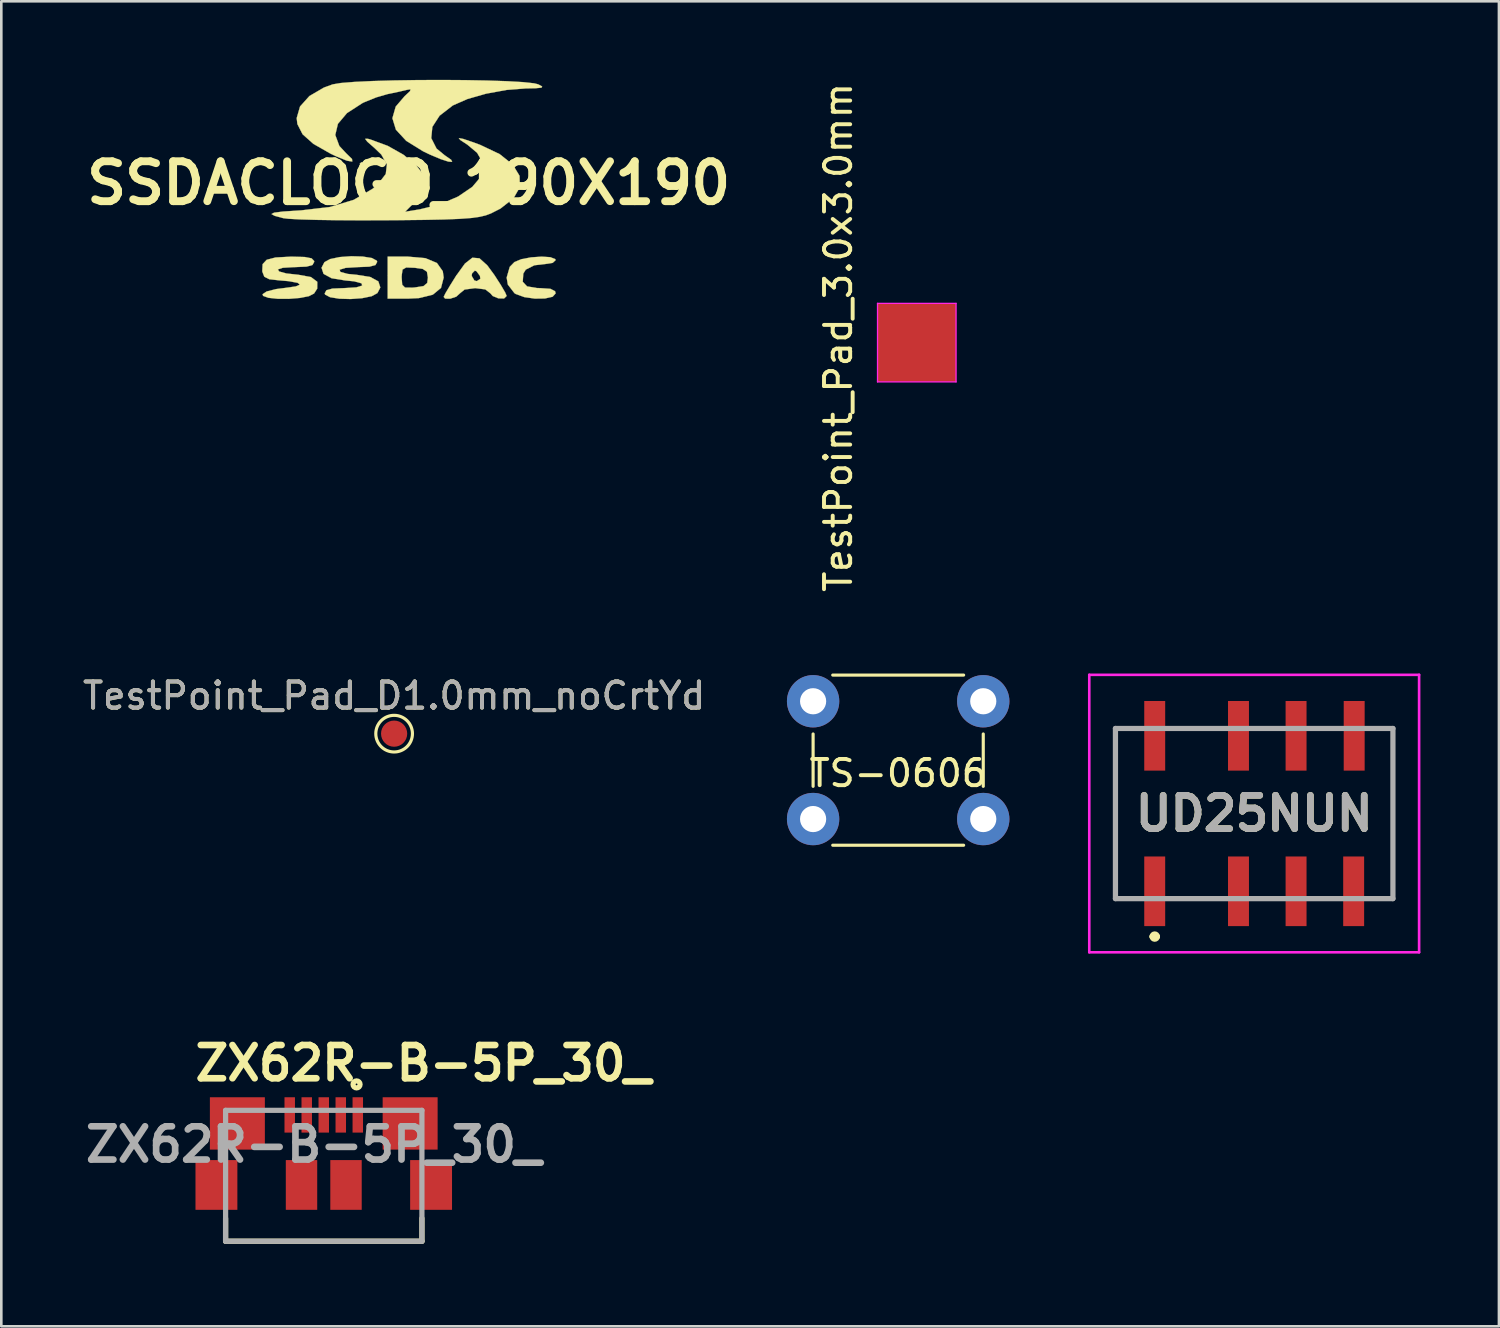
<source format=kicad_pcb>
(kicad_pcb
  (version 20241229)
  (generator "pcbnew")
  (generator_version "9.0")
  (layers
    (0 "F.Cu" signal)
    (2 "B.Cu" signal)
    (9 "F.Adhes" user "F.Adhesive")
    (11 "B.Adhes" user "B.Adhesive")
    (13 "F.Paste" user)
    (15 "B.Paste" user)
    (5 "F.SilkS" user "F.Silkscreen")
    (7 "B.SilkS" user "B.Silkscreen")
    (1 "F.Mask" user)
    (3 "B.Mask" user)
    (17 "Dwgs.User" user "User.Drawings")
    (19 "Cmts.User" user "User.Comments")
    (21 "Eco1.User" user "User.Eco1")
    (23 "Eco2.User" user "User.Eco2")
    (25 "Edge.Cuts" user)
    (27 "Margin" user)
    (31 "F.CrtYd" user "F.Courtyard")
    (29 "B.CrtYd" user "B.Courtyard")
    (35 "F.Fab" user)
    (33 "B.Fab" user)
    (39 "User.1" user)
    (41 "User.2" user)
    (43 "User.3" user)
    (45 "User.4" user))
  (footprint "TestPoint_Pad_3.0x3.0mm"
    (layer "F.Cu")
    (at 31.973 10.039)
    (property "Reference" "TestPoint_Pad_3.0x3.0mm" (at -3 -0.2 270) (layer "F.SilkS") (effects (font (size 1 1) (thickness 0.15))))
    (attr exclude_from_pos_files)
    (fp_line (start -1.5 -1.5) (end -1.5 1.5) (stroke (width 0.05) (type solid)) (layer "F.CrtYd"))
    (fp_line (start -1.5 -1.5) (end 1.5 -1.5) (stroke (width 0.05) (type solid)) (layer "F.CrtYd"))
    (fp_line (start 1.5 1.5) (end -1.5 1.5) (stroke (width 0.05) (type solid)) (layer "F.CrtYd"))
    (fp_line (start 1.5 1.5) (end 1.5 -1.5) (stroke (width 0.05) (type solid)) (layer "F.CrtYd"))
    (pad "1" smd rect (at 0 0) (size 3 3) (layers "F.Cu" "F.Mask")))
  (footprint "UD25NUN"
    (layer "F.Cu")
    (at 44.862 28.029)
    (property "Reference" "UD25NUN" (at 0 0 0) (layer "F.SilkS") (effects (font (size 1.27 1.27) (thickness 0.254))))
    (attr smd)
    (fp_line (start -5.3 -3.25) (end -5.3 3.25) (stroke (width 0.1) (type solid)) (layer "F.SilkS"))
    (fp_line (start -5.3 3.25) (end -4.8 3.25) (stroke (width 0.1) (type solid)) (layer "F.SilkS"))
    (fp_line (start -4.8 -3.25) (end -5.3 -3.25) (stroke (width 0.1) (type solid)) (layer "F.SilkS"))
    (fp_line (start -3.9 4.7) (end -3.9 4.7) (stroke (width 0.2) (type solid)) (layer "F.SilkS"))
    (fp_line (start -3.7 4.7) (end -3.7 4.7) (stroke (width 0.2) (type solid)) (layer "F.SilkS"))
    (fp_line (start 4.7 3.25) (end 5.3 3.25) (stroke (width 0.1) (type solid)) (layer "F.SilkS"))
    (fp_line (start 5.3 -3.25) (end 4.7 -3.25) (stroke (width 0.1) (type solid)) (layer "F.SilkS"))
    (fp_line (start 5.3 3.25) (end 5.3 -3.25) (stroke (width 0.1) (type solid)) (layer "F.SilkS"))
    (fp_arc (start -3.9 4.7) (mid -3.8 4.6) (end -3.7 4.7) (stroke (width 0.2) (type solid)) (layer "F.SilkS"))
    (fp_arc (start -3.7 4.7) (mid -3.8 4.8) (end -3.9 4.7) (stroke (width 0.2) (type solid)) (layer "F.SilkS"))
    (fp_line (start -6.3 -5.3) (end 6.3 -5.3) (stroke (width 0.1) (type solid)) (layer "F.CrtYd"))
    (fp_line (start -6.3 5.3) (end -6.3 -5.3) (stroke (width 0.1) (type solid)) (layer "F.CrtYd"))
    (fp_line (start 6.3 -5.3) (end 6.3 5.3) (stroke (width 0.1) (type solid)) (layer "F.CrtYd"))
    (fp_line (start 6.3 5.3) (end -6.3 5.3) (stroke (width 0.1) (type solid)) (layer "F.CrtYd"))
    (fp_line (start -5.3 -3.25) (end 5.3 -3.25) (stroke (width 0.2) (type solid)) (layer "F.Fab"))
    (fp_line (start -5.3 3.25) (end -5.3 -3.25) (stroke (width 0.2) (type solid)) (layer "F.Fab"))
    (fp_line (start 5.3 -3.25) (end 5.3 3.25) (stroke (width 0.2) (type solid)) (layer "F.Fab"))
    (fp_line (start 5.3 3.25) (end -5.3 3.25) (stroke (width 0.2) (type solid)) (layer "F.Fab"))
    (fp_text user "${REFERENCE}" (at 0 0 0) (layer "F.Fab") (effects (font (size 1.27 1.27) (thickness 0.254))))
    (pad "1" smd rect (at -3.8 2.97) (size 0.8 2.66) (layers "F.Cu" "F.Mask" "F.Paste"))
    (pad "2" smd rect (at -0.6 2.97) (size 0.8 2.66) (layers "F.Cu" "F.Mask" "F.Paste"))
    (pad "3" smd rect (at 1.6 2.97) (size 0.8 2.66) (layers "F.Cu" "F.Mask" "F.Paste"))
    (pad "4" smd rect (at 3.8 2.97) (size 0.8 2.66) (layers "F.Cu" "F.Mask" "F.Paste"))
    (pad "5" smd rect (at 3.82 -2.97) (size 0.8 2.66) (layers "F.Cu" "F.Mask" "F.Paste"))
    (pad "6" smd rect (at 1.6 -2.97) (size 0.8 2.66) (layers "F.Cu" "F.Mask" "F.Paste"))
    (pad "7" smd rect (at -0.6 -2.97) (size 0.8 2.66) (layers "F.Cu" "F.Mask" "F.Paste"))
    (pad "8" smd rect (at -3.8 -2.97) (size 0.8 2.66) (layers "F.Cu" "F.Mask" "F.Paste")))
  (footprint "ZX62R-B-5P_30_"
    (layer "F.Cu")
    (at 9.318 44.367)
    (property "Reference" "ZX62R-B-5P_30_" (at 3.8 -6.8 0) (layer "F.SilkS") (effects (font (size 1.27 1.27) (thickness 0.254))))
    (attr smd)
    (fp_line (start -3.75 0) (end -3.75 -0.875) (stroke (width 0.2) (type solid)) (layer "F.SilkS"))
    (fp_line (start -3.75 0) (end 3.75 0) (stroke (width 0.2) (type solid)) (layer "F.SilkS"))
    (fp_line (start 3.75 0) (end 3.75 -0.875) (stroke (width 0.2) (type solid)) (layer "F.SilkS"))
    (fp_circle (center 1.253 -5.991) (end 1.253 -5.957) (stroke (width 0.2) (type solid)) (fill no) (layer "F.SilkS"))
    (fp_line (start -3.75 -5) (end 3.75 -5) (stroke (width 0.2) (type solid)) (layer "F.Fab"))
    (fp_line (start -3.75 0) (end -3.75 -5) (stroke (width 0.2) (type solid)) (layer "F.Fab"))
    (fp_line (start 3.75 -5) (end 3.75 0) (stroke (width 0.2) (type solid)) (layer "F.Fab"))
    (fp_line (start 3.75 0) (end -3.75 0) (stroke (width 0.2) (type solid)) (layer "F.Fab"))
    (fp_text user "${REFERENCE}" (at -0.386 -3.695 0) (layer "F.Fab") (effects (font (size 1.27 1.27) (thickness 0.254))))
    (pad "1" smd rect (at 1.3 -4.825) (size 0.4 1.35) (layers "F.Cu" "F.Mask" "F.Paste"))
    (pad "2" smd rect (at 0.65 -4.825) (size 0.4 1.35) (layers "F.Cu" "F.Mask" "F.Paste"))
    (pad "3" smd rect (at 0 -4.825) (size 0.4 1.35) (layers "F.Cu" "F.Mask" "F.Paste"))
    (pad "4" smd rect (at -0.65 -4.825) (size 0.4 1.35) (layers "F.Cu" "F.Mask" "F.Paste"))
    (pad "5" smd rect (at -1.3 -4.825) (size 0.4 1.35) (layers "F.Cu" "F.Mask" "F.Paste"))
    (pad "6" smd rect (at -3.3 -4.5 90) (size 2 2.1) (layers "F.Cu" "F.Mask" "F.Paste"))
    (pad "7" smd rect (at 3.3 -4.5 90) (size 2 2.1) (layers "F.Cu" "F.Mask" "F.Paste"))
    (pad "8" smd rect (at -4.1 -2.15) (size 1.6 1.9) (layers "F.Cu" "F.Mask" "F.Paste"))
    (pad "9" smd rect (at 4.1 -2.15) (size 1.6 1.9) (layers "F.Cu" "F.Mask" "F.Paste"))
    (pad "10" smd rect (at -0.85 -2.15) (size 1.2 1.9) (layers "F.Cu" "F.Mask" "F.Paste"))
    (pad "11" smd rect (at 0.85 -2.15) (size 1.2 1.9) (layers "F.Cu" "F.Mask" "F.Paste")))
  (footprint "TS-0606"
    (layer "F.Cu")
    (at 31.262 25.989)
    (property "Reference" "TS-0606" (at 0 0.5 0) (layer "F.SilkS") (effects (font (size 1 1) (thickness 0.15))))
    (attr through_hole)
    (fp_line (start -3.25 -1) (end -3.25 1) (stroke (width 0.12) (type solid)) (layer "F.SilkS"))
    (fp_line (start -2.5 3.25) (end 2.5 3.25) (stroke (width 0.12) (type solid)) (layer "F.SilkS"))
    (fp_line (start 2.5 -3.25) (end -2.5 -3.25) (stroke (width 0.12) (type solid)) (layer "F.SilkS"))
    (fp_line (start 3.25 1) (end 3.25 -1) (stroke (width 0.12) (type solid)) (layer "F.SilkS"))
    (pad "1" thru_hole circle (at -3.25 -2.25) (size 2 2) (drill 1) (layers "*.Cu" "*.Mask"))
    (pad "2" thru_hole circle (at -3.25 2.25) (size 2 2) (drill 1) (layers "*.Cu" "*.Mask"))
    (pad "3" thru_hole circle (at 3.25 2.25) (size 2 2) (drill 1) (layers "*.Cu" "*.Mask"))
    (pad "4" thru_hole circle (at 3.25 -2.25) (size 2 2) (drill 1) (layers "*.Cu" "*.Mask")))
  (footprint "TestPoint_Pad_D1.0mm_noCrtYd"
    (layer "F.Cu")
    (at 12.006 24.977)
    (property "Reference" "TestPoint_Pad_D1.0mm_noCrtYd" (at 0 -1.448 0) (layer "F.SilkS") (effects (font (size 1 1) (thickness 0.15))))
    (attr exclude_from_pos_files exclude_from_bom)
    (fp_circle (center 0 0) (end 0 0.7) (stroke (width 0.12) (type solid)) (fill no) (layer "F.SilkS"))
    (fp_text user "${REFERENCE}" (at 0 -1.45 0) (layer "F.Fab") (effects (font (size 1 1) (thickness 0.15))))
    (pad "1" smd circle (at 0 0) (size 1 1) (layers "F.Cu" "F.Mask")))
  (footprint "SSDACLOGO_190X190"
    (layer "F.Cu")
    (at 12.562 3.946)
    (property "Reference" "SSDACLOGO_190X190" (at 0 0 0) (layer "F.SilkS") (effects (font (size 1.524 1.524) (thickness 0.3))))
    (attr through_hole)
    (fp_poly (pts (xy -1.738 -0.735) (xy -1.805 -0.668) (xy -1.872 -0.735) (xy -1.805 -0.802) (xy -1.738 -0.735)) (stroke (width 0.01) (type solid)) (fill yes) (layer "F.SilkS"))
    (fp_poly (pts (xy 0.64 2.867) (xy 1.08 3.051) (xy 1.303 3.365) (xy 1.337 3.609) (xy 1.235 4.002) (xy 0.922 4.261) (xy 0.387 4.392) (xy -0.03 4.412) (xy -0.802 4.412) (xy -0.802 3.609) (xy -0.267 3.609) (xy -0.248 3.881) (xy -0.139 3.989) (xy 0.139 3.993) (xy 0.234 3.985) (xy 0.567 3.933) (xy 0.708 3.814) (xy 0.735 3.609) (xy 0.698 3.385) (xy 0.537 3.277) (xy 0.234 3.234) (xy -0.094 3.222) (xy -0.234 3.302) (xy -0.267 3.531) (xy -0.267 3.609) (xy -0.802 3.609) (xy -0.802 2.807) (xy -0.03 2.807) (xy 0.64 2.867)) (stroke (width 0.01) (type solid)) (fill yes) (layer "F.SilkS"))
    (fp_poly (pts (xy 5.411 2.829) (xy 5.599 2.902) (xy 5.615 2.941) (xy 5.501 3.046) (xy 5.314 3.077) (xy 4.802 3.138) (xy 4.473 3.303) (xy 4.379 3.455) (xy 4.358 3.769) (xy 4.522 3.944) (xy 4.902 4.008) (xy 5.024 4.011) (xy 5.417 4.038) (xy 5.593 4.13) (xy 5.615 4.211) (xy 5.499 4.34) (xy 5.205 4.406) (xy 4.818 4.411) (xy 4.419 4.354) (xy 4.092 4.236) (xy 4.04 4.203) (xy 3.788 3.874) (xy 3.743 3.609) (xy 3.861 3.199) (xy 4.04 3.015) (xy 4.306 2.905) (xy 4.68 2.835) (xy 5.077 2.808) (xy 5.411 2.829)) (stroke (width 0.01) (type solid)) (fill yes) (layer "F.SilkS"))
    (fp_poly (pts (xy 2.705 2.872) (xy 3.003 3.141) (xy 3.272 3.507) (xy 3.517 3.887) (xy 3.688 4.18) (xy 3.743 4.31) (xy 3.644 4.406) (xy 3.426 4.401) (xy 3.21 4.312) (xy 3.123 4.211) (xy 2.926 4.059) (xy 2.54 4.011) (xy 2.135 4.065) (xy 1.957 4.211) (xy 1.818 4.337) (xy 1.59 4.413) (xy 1.393 4.412) (xy 1.337 4.347) (xy 1.403 4.21) (xy 1.578 3.915) (xy 1.809 3.545) (xy 1.811 3.543) (xy 2.406 3.543) (xy 2.511 3.72) (xy 2.603 3.743) (xy 2.738 3.655) (xy 2.722 3.543) (xy 2.591 3.366) (xy 2.526 3.342) (xy 2.42 3.451) (xy 2.406 3.543) (xy 1.811 3.543) (xy 2.149 3.073) (xy 2.434 2.849) (xy 2.705 2.872)) (stroke (width 0.01) (type solid)) (fill yes) (layer "F.SilkS"))
    (fp_poly (pts (xy -1.761 2.804) (xy -1.41 2.86) (xy -1.218 2.962) (xy -1.203 3.008) (xy -1.269 3.129) (xy -1.501 3.191) (xy -1.938 3.208) (xy -2.411 3.237) (xy -2.637 3.306) (xy -2.61 3.392) (xy -2.328 3.468) (xy -1.986 3.502) (xy -1.466 3.586) (xy -1.159 3.753) (xy -1.083 3.986) (xy -1.194 4.2) (xy -1.411 4.319) (xy -1.778 4.395) (xy -2.217 4.427) (xy -2.65 4.415) (xy -3.002 4.358) (xy -3.193 4.257) (xy -3.208 4.211) (xy -3.142 4.09) (xy -2.911 4.028) (xy -2.473 4.011) (xy -2 3.982) (xy -1.775 3.912) (xy -1.802 3.827) (xy -2.084 3.751) (xy -2.426 3.717) (xy -2.945 3.633) (xy -3.252 3.466) (xy -3.329 3.233) (xy -3.218 3.019) (xy -3 2.9) (xy -2.634 2.824) (xy -2.195 2.792) (xy -1.761 2.804)) (stroke (width 0.01) (type solid)) (fill yes) (layer "F.SilkS"))
    (fp_poly (pts (xy -3.969 2.822) (xy -3.708 2.873) (xy -3.613 2.972) (xy -3.609 3.008) (xy -3.674 3.127) (xy -3.9 3.189) (xy -4.338 3.208) (xy -4.371 3.208) (xy -4.81 3.234) (xy -4.999 3.296) (xy -4.949 3.375) (xy -4.67 3.451) (xy -4.212 3.501) (xy -3.734 3.588) (xy -3.492 3.768) (xy -3.494 4.029) (xy -3.615 4.217) (xy -3.811 4.318) (xy -4.157 4.386) (xy -4.579 4.42) (xy -5.003 4.418) (xy -5.354 4.381) (xy -5.56 4.307) (xy -5.582 4.244) (xy -5.424 4.138) (xy -5.067 4.048) (xy -4.735 4.005) (xy -4.315 3.946) (xy -4.154 3.877) (xy -4.246 3.807) (xy -4.583 3.745) (xy -4.946 3.714) (xy -5.326 3.671) (xy -5.515 3.575) (xy -5.589 3.386) (xy -5.593 3.357) (xy -5.58 3.095) (xy -5.424 2.928) (xy -5.086 2.84) (xy -4.528 2.81) (xy -4.445 2.809) (xy -3.969 2.822)) (stroke (width 0.01) (type solid)) (fill yes) (layer "F.SilkS"))
    (fp_poly (pts (xy 2.085 -1.689) (xy 2.489 -1.552) (xy 2.729 -1.463) (xy 3.475 -1.109) (xy 3.978 -0.707) (xy 4.236 -0.278) (xy 4.246 0.158) (xy 4.003 0.582) (xy 3.506 0.972) (xy 3.14 1.158) (xy 2.942 1.232) (xy 2.699 1.289) (xy 2.375 1.333) (xy 1.937 1.365) (xy 1.348 1.388) (xy 0.575 1.404) (xy -0.417 1.415) (xy -0.869 1.418) (xy -1.831 1.421) (xy -2.725 1.416) (xy -3.511 1.404) (xy -4.147 1.386) (xy -4.591 1.362) (xy -4.786 1.339) (xy -5.119 1.249) (xy -5.241 1.181) (xy -5.139 1.128) (xy -4.798 1.085) (xy -4.205 1.046) (xy -4.113 1.041) (xy -3.001 0.91) (xy -2.098 0.638) (xy -1.381 0.218) (xy -1.17 0.035) (xy -0.875 -0.349) (xy -0.832 -0.715) (xy -1.046 -1.092) (xy -1.303 -1.34) (xy -1.581 -1.584) (xy -1.663 -1.692) (xy -1.565 -1.695) (xy -1.471 -1.671) (xy -0.8 -1.424) (xy -0.202 -1.087) (xy 0.274 -0.699) (xy 0.579 -0.3) (xy 0.668 0.021) (xy 0.578 0.279) (xy 0.353 0.597) (xy 0.266 0.691) (xy -0.137 1.094) (xy 0.433 1) (xy 1.205 0.808) (xy 1.888 0.512) (xy 2.429 0.145) (xy 2.775 -0.263) (xy 2.837 -0.401) (xy 2.835 -0.775) (xy 2.613 -1.16) (xy 2.244 -1.469) (xy 1.971 -1.648) (xy 1.915 -1.721) (xy 2.085 -1.689)) (stroke (width 0.01) (type solid)) (fill yes) (layer "F.SilkS"))
    (fp_poly (pts (xy 2.149 -3.935) (xy 3.004 -3.919) (xy 3.758 -3.894) (xy 4.368 -3.859) (xy 4.787 -3.814) (xy 4.946 -3.775) (xy 5.099 -3.694) (xy 5.075 -3.647) (xy 4.842 -3.625) (xy 4.473 -3.618) (xy 3.737 -3.56) (xy 2.96 -3.418) (xy 2.245 -3.214) (xy 1.694 -2.972) (xy 1.686 -2.968) (xy 1.18 -2.576) (xy 0.904 -2.148) (xy 0.863 -1.718) (xy 1.064 -1.321) (xy 1.374 -1.066) (xy 1.624 -0.891) (xy 1.661 -0.812) (xy 1.515 -0.823) (xy 1.222 -0.918) (xy 0.812 -1.091) (xy 0.553 -1.215) (xy -0.094 -1.616) (xy -0.487 -2.041) (xy -0.622 -2.48) (xy -0.495 -2.924) (xy -0.156 -3.32) (xy 0.055 -3.518) (xy 0.067 -3.585) (xy -0.067 -3.564) (xy -0.384 -3.49) (xy -0.783 -3.406) (xy -0.802 -3.403) (xy -1.243 -3.275) (xy -1.709 -3.086) (xy -1.766 -3.058) (xy -2.356 -2.677) (xy -2.704 -2.265) (xy -2.804 -1.84) (xy -2.649 -1.42) (xy -2.396 -1.148) (xy -2.164 -0.921) (xy -2.155 -0.824) (xy -2.359 -0.857) (xy -2.763 -1.021) (xy -2.984 -1.126) (xy -3.639 -1.499) (xy -4.053 -1.867) (xy -4.252 -2.257) (xy -4.278 -2.485) (xy -4.15 -2.928) (xy -3.791 -3.328) (xy -3.235 -3.652) (xy -2.902 -3.773) (xy -2.593 -3.825) (xy -2.073 -3.867) (xy -1.385 -3.9) (xy -0.574 -3.923) (xy 0.315 -3.937) (xy 1.237 -3.941) (xy 2.149 -3.935)) (stroke (width 0.01) (type solid)) (fill yes) (layer "F.SilkS")))
  (gr_rect
    (start -3 -3)
    (end 54.212 47.617)
    (stroke (width 0.1) (type default))
    (fill no)
    (layer "Edge.Cuts")))
</source>
